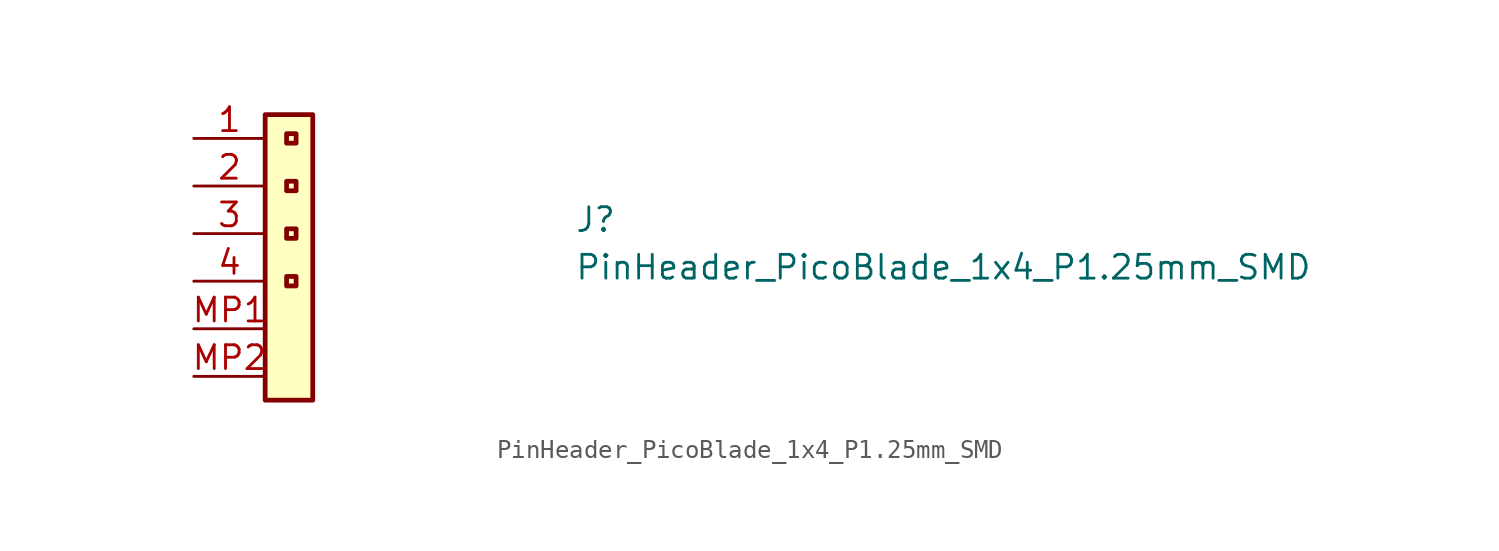
<source format=kicad_sym>
(kicad_symbol_lib
  (version 20231120)
  (generator "kicad_symbol_editor")
  (generator_version "8.0")
  (symbol "PinHeader_PicoBlade_1x4_P1.25mm_SMD"
    (pin_names hide)
    (property "Reference" "J"
      (at 20.32 -5.08 0)
      (effects (font (size 1.27 1.27) (thickness 0.15)) (justify left bottom)))
    (property "Value" "PinHeader_PicoBlade_1x4_P1.25mm_SMD"
      (at 20.32 -7.62 0)
      (effects (font (size 1.27 1.27) (thickness 0.15)) (justify left bottom)))
    (symbol "PinHeader_PicoBlade_1x4_P1.25mm_SMD_1_1"
      (rectangle (start 3.81 1.27) (end 6.35 -13.97) (stroke (width 0.254) (type default)) (fill (type background)))
      (rectangle (start 4.953 -7.366) (end 5.461 -7.874) (stroke (width 0.254) (type default)) (fill (type background)))
      (rectangle (start 4.953 -4.826) (end 5.461 -5.334) (stroke (width 0.254) (type default)) (fill (type background)))
      (rectangle (start 4.953 -2.286) (end 5.461 -2.794) (stroke (width 0.254) (type default)) (fill (type background)))
      (rectangle (start 4.953 0.254) (end 5.461 -0.254) (stroke (width 0.254) (type default)) (fill (type background)))
      (pin passive line (at 0 0 0) (length 3.81) (name "1" (effects (font (size 1.27 1.27)))) (number "1" (effects (font (size 1.27 1.27)))))
      (pin passive line (at 0 -2.54 0) (length 3.81) (name "2" (effects (font (size 1.27 1.27)))) (number "2" (effects (font (size 1.27 1.27)))))
      (pin passive line (at 0 -5.08 0) (length 3.81) (name "3" (effects (font (size 1.27 1.27)))) (number "3" (effects (font (size 1.27 1.27)))))
      (pin passive line (at 0 -7.62 0) (length 3.81) (name "4" (effects (font (size 1.27 1.27)))) (number "4" (effects (font (size 1.27 1.27)))))
      (pin passive line (at 0 -10.16 0) (length 3.81) (name "MP" (effects (font (size 1.27 1.27)))) (number "MP1" (effects (font (size 1.27 1.27)))))
      (pin passive line (at 0 -12.7 0) (length 3.81) (name "MP" (effects (font (size 1.27 1.27)))) (number "MP2" (effects (font (size 1.27 1.27))))))))
</source>
